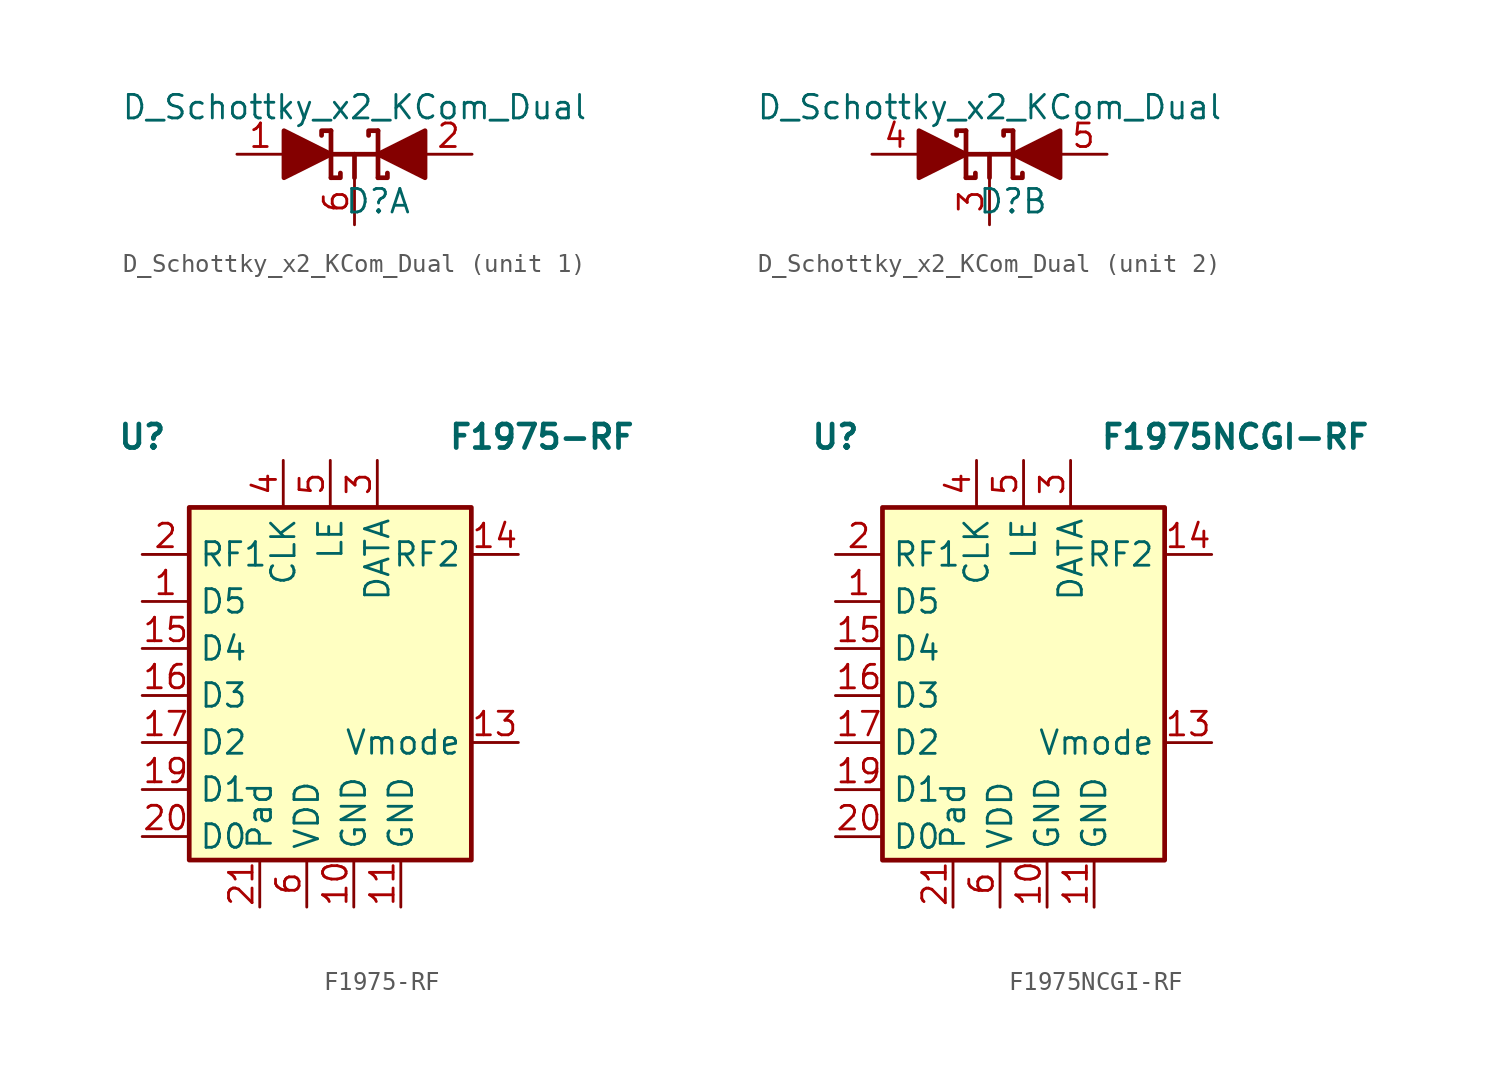
<source format=kicad_sym>
(kicad_symbol_lib
  (version 20211014)
  (generator kicad_symbol_editor)
  (symbol "D_Schottky_x2_KCom_Dual"
    (pin_names
      (offset 0.762) hide)
    (property "Reference" "D"
      (at 1.27 -2.54 0)
      (effects (font (size 1.27 1.27))))
    (property "Value" "D_Schottky_x2_KCom_Dual"
      (at 0 2.54 0)
      (effects (font (size 1.27 1.27))))
    (property "Footprint" ""
      (at 0 0 0)
      (effects (font (size 1.27 1.27))))
    (property "Datasheet" ""
      (at 0 0 0)
      (effects (font (size 1.27 1.27))))
    (property "ki_locked" ""
      (at 0 0 0)
      (effects (font (size 1.27 1.27))))
    (symbol "D_Schottky_x2_KCom_Dual_0_1"
      (polyline (pts (xy 0 -1.27) (xy 0 0)) (stroke (width 0.254) (type default) (color 0 0 0 0)) (fill (type none)))
      (polyline (pts (xy -1.27 -1.27) (xy -1.27 1.27) (xy -1.27 1.27)) (stroke (width 0.254) (type default) (color 0 0 0 0)) (fill (type none)))
      (polyline (pts (xy -1.27 0) (xy 1.27 0) (xy 1.27 0)) (stroke (width 0.254) (type default) (color 0 0 0 0)) (fill (type none)))
      (polyline (pts (xy 1.27 -1.27) (xy 1.27 1.27) (xy 1.27 1.27)) (stroke (width 0.254) (type default) (color 0 0 0 0)) (fill (type none)))
      (polyline (pts (xy -1.27 -1.27) (xy -0.762 -1.27) (xy -0.762 -1.016) (xy -0.762 -1.016)) (stroke (width 0.254) (type default) (color 0 0 0 0)) (fill (type none)))
      (polyline (pts (xy 1.27 -1.27) (xy 1.778 -1.27) (xy 1.778 -1.016) (xy 1.778 -1.016)) (stroke (width 0.254) (type default) (color 0 0 0 0)) (fill (type none)))
      (polyline (pts (xy 1.27 1.27) (xy 0.762 1.27) (xy 0.762 1.016) (xy 0.762 1.016)) (stroke (width 0.254) (type default) (color 0 0 0 0)) (fill (type none)))
      (polyline (pts (xy -1.778 1.016) (xy -1.778 1.27) (xy -1.27 1.27) (xy -1.27 1.27) (xy -1.27 1.27)) (stroke (width 0.254) (type default) (color 0 0 0 0)) (fill (type none)))
      (polyline (pts (xy -3.81 1.27) (xy -1.27 0) (xy -3.81 -1.27) (xy -3.81 1.27) (xy -3.81 1.27) (xy -3.81 1.27)) (stroke (width 0.254) (type default) (color 0 0 0 0)) (fill (type outline)))
      (polyline (pts (xy 3.81 -1.27) (xy 1.27 0) (xy 3.81 1.27) (xy 3.81 -1.27) (xy 3.81 -1.27) (xy 3.81 -1.27)) (stroke (width 0.254) (type default) (color 0 0 0 0)) (fill (type outline))))
    (symbol "D_Schottky_x2_KCom_Dual_1_1"
      (pin passive line (at -6.35 0 0) (length 2.54) (name "A2" (effects (font (size 1.27 1.27)))) (number "1" (effects (font (size 1.27 1.27)))))
      (pin passive line (at 6.35 0 180) (length 2.54) (name "A2" (effects (font (size 1.27 1.27)))) (number "2" (effects (font (size 1.27 1.27)))))
      (pin passive line (at 0 -3.81 90) (length 2.54) (name "C2" (effects (font (size 1.27 1.27)))) (number "6" (effects (font (size 1.27 1.27))))))
    (symbol "D_Schottky_x2_KCom_Dual_2_1"
      (pin passive line (at 0 -3.81 90) (length 2.54) (name "C1" (effects (font (size 1.27 1.27)))) (number "3" (effects (font (size 1.27 1.27)))))
      (pin passive line (at -6.35 0 0) (length 2.54) (name "A1" (effects (font (size 1.27 1.27)))) (number "4" (effects (font (size 1.27 1.27)))))
      (pin passive line (at 6.35 0 180) (length 2.54) (name "A1" (effects (font (size 1.27 1.27)))) (number "5" (effects (font (size 1.27 1.27)))))))
  (symbol "F1975-RF"
    (property "Reference" "U"
      (at -10.16 12.7 0)
      (effects (font (size 1.27 1.27) bold)))
    (property "Value" "F1975-RF"
      (at 11.43 12.7 0)
      (effects (font (size 1.27 1.27) bold)))
    (symbol "F1975-RF_0_1"
      (rectangle (start -7.62 8.89) (end 7.62 -10.16) (stroke (width 0.254) (type default) (color 0 0 0 0)) (fill (type background))))
    (symbol "F1975-RF_1_1"
      (pin input line (at -10.16 3.81 0) (length 2.54) (name "D5" (effects (font (size 1.27 1.27)))) (number "1" (effects (font (size 1.27 1.27)))))
      (pin power_in line (at 1.27 -12.7 90) (length 2.54) (name "GND" (effects (font (size 1.27 1.27)))) (number "10" (effects (font (size 1.27 1.27)))))
      (pin power_in line (at 3.81 -12.7 90) (length 2.54) (name "GND" (effects (font (size 1.27 1.27)))) (number "11" (effects (font (size 1.27 1.27)))))
      (pin passive line (at 7.62 -6.35 180) (length 0) hide (name "nc" (effects (font (size 1.27 1.27)))) (number "12" (effects (font (size 1.27 1.27)))))
      (pin passive line (at 10.16 -3.81 180) (length 2.54) (name "Vmode" (effects (font (size 1.27 1.27)))) (number "13" (effects (font (size 1.27 1.27)))))
      (pin passive line (at 10.16 6.35 180) (length 2.54) (name "RF2" (effects (font (size 1.27 1.27)))) (number "14" (effects (font (size 1.27 1.27)))))
      (pin input line (at -10.16 1.27 0) (length 2.54) (name "D4" (effects (font (size 1.27 1.27)))) (number "15" (effects (font (size 1.27 1.27)))))
      (pin input line (at -10.16 -1.27 0) (length 2.54) (name "D3" (effects (font (size 1.27 1.27)))) (number "16" (effects (font (size 1.27 1.27)))))
      (pin input line (at -10.16 -3.81 0) (length 2.54) (name "D2" (effects (font (size 1.27 1.27)))) (number "17" (effects (font (size 1.27 1.27)))))
      (pin passive line (at 7.62 -8.89 180) (length 0) hide (name "nc" (effects (font (size 1.27 1.27)))) (number "18" (effects (font (size 1.27 1.27)))))
      (pin input line (at -10.16 -6.35 0) (length 2.54) (name "D1" (effects (font (size 1.27 1.27)))) (number "19" (effects (font (size 1.27 1.27)))))
      (pin passive line (at -10.16 6.35 0) (length 2.54) (name "RF1" (effects (font (size 1.27 1.27)))) (number "2" (effects (font (size 1.27 1.27)))))
      (pin input line (at -10.16 -8.89 0) (length 2.54) (name "D0" (effects (font (size 1.27 1.27)))) (number "20" (effects (font (size 1.27 1.27)))))
      (pin input line (at -3.81 -12.7 90) (length 2.54) (name "Pad" (effects (font (size 1.27 1.27)))) (number "21" (effects (font (size 1.27 1.27)))))
      (pin input line (at 2.54 11.43 270) (length 2.54) (name "DATA" (effects (font (size 1.27 1.27)))) (number "3" (effects (font (size 1.27 1.27)))))
      (pin input line (at -2.54 11.43 270) (length 2.54) (name "CLK" (effects (font (size 1.27 1.27)))) (number "4" (effects (font (size 1.27 1.27)))))
      (pin passive line (at 0 11.43 270) (length 2.54) (name "LE" (effects (font (size 1.27 1.27)))) (number "5" (effects (font (size 1.27 1.27)))))
      (pin power_in line (at -1.27 -12.7 90) (length 2.54) (name "VDD" (effects (font (size 1.27 1.27)))) (number "6" (effects (font (size 1.27 1.27)))))
      (pin passive line (at 7.62 3.81 180) (length 0) hide (name "nc" (effects (font (size 1.27 1.27)))) (number "7" (effects (font (size 1.27 1.27)))))
      (pin passive line (at 7.62 1.27 180) (length 0) hide (name "nc" (effects (font (size 1.27 1.27)))) (number "8" (effects (font (size 1.27 1.27)))))
      (pin passive line (at 7.62 -1.27 180) (length 0) hide (name "nc" (effects (font (size 1.27 1.27)))) (number "9" (effects (font (size 1.27 1.27)))))))
  (symbol "F1975NCGI-RF"
    (property "Reference" "U"
      (at -10.16 12.7 0)
      (effects (font (size 1.27 1.27) bold)))
    (property "Value" "F1975NCGI-RF"
      (at 11.43 12.7 0)
      (effects (font (size 1.27 1.27) bold)))
    (symbol "F1975NCGI-RF_0_1"
      (rectangle (start -7.62 8.89) (end 7.62 -10.16) (stroke (width 0.254) (type default) (color 0 0 0 0)) (fill (type background))))
    (symbol "F1975NCGI-RF_1_1"
      (pin input line (at -10.16 3.81 0) (length 2.54) (name "D5" (effects (font (size 1.27 1.27)))) (number "1" (effects (font (size 1.27 1.27)))))
      (pin power_in line (at 1.27 -12.7 90) (length 2.54) (name "GND" (effects (font (size 1.27 1.27)))) (number "10" (effects (font (size 1.27 1.27)))))
      (pin power_in line (at 3.81 -12.7 90) (length 2.54) (name "GND" (effects (font (size 1.27 1.27)))) (number "11" (effects (font (size 1.27 1.27)))))
      (pin passive line (at 7.62 -6.35 180) (length 0) hide (name "nc" (effects (font (size 1.27 1.27)))) (number "12" (effects (font (size 1.27 1.27)))))
      (pin passive line (at 10.16 -3.81 180) (length 2.54) (name "Vmode" (effects (font (size 1.27 1.27)))) (number "13" (effects (font (size 1.27 1.27)))))
      (pin passive line (at 10.16 6.35 180) (length 2.54) (name "RF2" (effects (font (size 1.27 1.27)))) (number "14" (effects (font (size 1.27 1.27)))))
      (pin input line (at -10.16 1.27 0) (length 2.54) (name "D4" (effects (font (size 1.27 1.27)))) (number "15" (effects (font (size 1.27 1.27)))))
      (pin input line (at -10.16 -1.27 0) (length 2.54) (name "D3" (effects (font (size 1.27 1.27)))) (number "16" (effects (font (size 1.27 1.27)))))
      (pin input line (at -10.16 -3.81 0) (length 2.54) (name "D2" (effects (font (size 1.27 1.27)))) (number "17" (effects (font (size 1.27 1.27)))))
      (pin passive line (at 7.62 -8.89 180) (length 0) hide (name "nc" (effects (font (size 1.27 1.27)))) (number "18" (effects (font (size 1.27 1.27)))))
      (pin input line (at -10.16 -6.35 0) (length 2.54) (name "D1" (effects (font (size 1.27 1.27)))) (number "19" (effects (font (size 1.27 1.27)))))
      (pin passive line (at -10.16 6.35 0) (length 2.54) (name "RF1" (effects (font (size 1.27 1.27)))) (number "2" (effects (font (size 1.27 1.27)))))
      (pin input line (at -10.16 -8.89 0) (length 2.54) (name "D0" (effects (font (size 1.27 1.27)))) (number "20" (effects (font (size 1.27 1.27)))))
      (pin input line (at -3.81 -12.7 90) (length 2.54) (name "Pad" (effects (font (size 1.27 1.27)))) (number "21" (effects (font (size 1.27 1.27)))))
      (pin input line (at 2.54 11.43 270) (length 2.54) (name "DATA" (effects (font (size 1.27 1.27)))) (number "3" (effects (font (size 1.27 1.27)))))
      (pin input line (at -2.54 11.43 270) (length 2.54) (name "CLK" (effects (font (size 1.27 1.27)))) (number "4" (effects (font (size 1.27 1.27)))))
      (pin passive line (at 0 11.43 270) (length 2.54) (name "LE" (effects (font (size 1.27 1.27)))) (number "5" (effects (font (size 1.27 1.27)))))
      (pin power_in line (at -1.27 -12.7 90) (length 2.54) (name "VDD" (effects (font (size 1.27 1.27)))) (number "6" (effects (font (size 1.27 1.27)))))
      (pin passive line (at 7.62 3.81 180) (length 0) hide (name "nc" (effects (font (size 1.27 1.27)))) (number "7" (effects (font (size 1.27 1.27)))))
      (pin passive line (at 7.62 1.27 180) (length 0) hide (name "nc" (effects (font (size 1.27 1.27)))) (number "8" (effects (font (size 1.27 1.27)))))
      (pin passive line (at 7.62 -1.27 180) (length 0) hide (name "nc" (effects (font (size 1.27 1.27)))) (number "9" (effects (font (size 1.27 1.27))))))))
</source>
